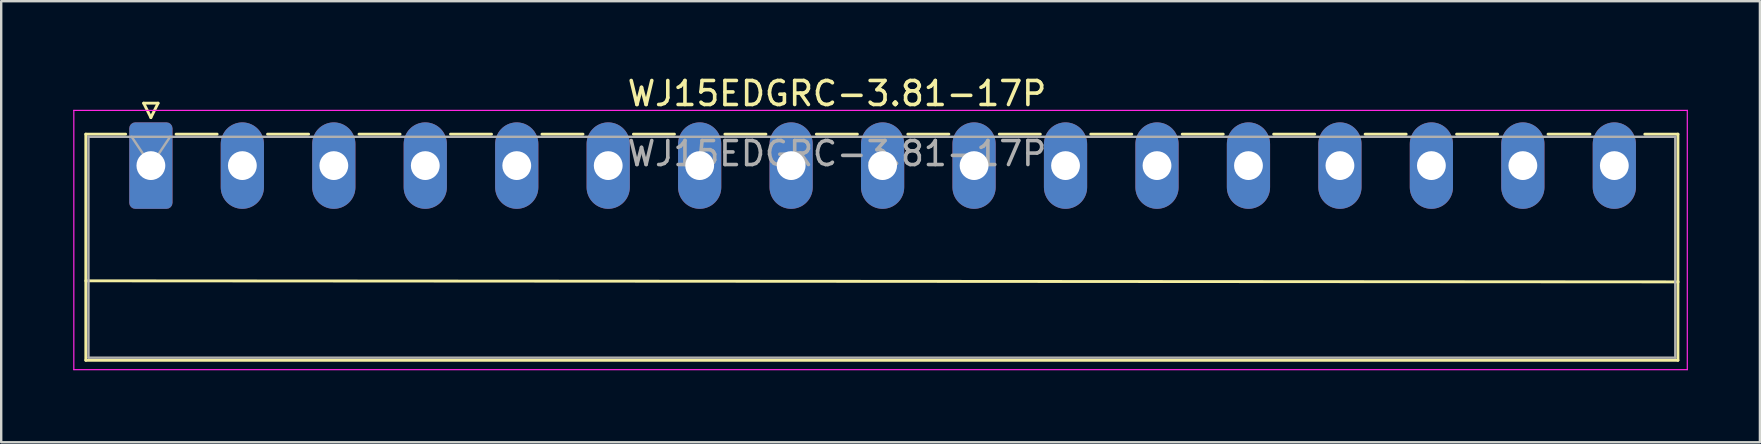
<source format=kicad_pcb>
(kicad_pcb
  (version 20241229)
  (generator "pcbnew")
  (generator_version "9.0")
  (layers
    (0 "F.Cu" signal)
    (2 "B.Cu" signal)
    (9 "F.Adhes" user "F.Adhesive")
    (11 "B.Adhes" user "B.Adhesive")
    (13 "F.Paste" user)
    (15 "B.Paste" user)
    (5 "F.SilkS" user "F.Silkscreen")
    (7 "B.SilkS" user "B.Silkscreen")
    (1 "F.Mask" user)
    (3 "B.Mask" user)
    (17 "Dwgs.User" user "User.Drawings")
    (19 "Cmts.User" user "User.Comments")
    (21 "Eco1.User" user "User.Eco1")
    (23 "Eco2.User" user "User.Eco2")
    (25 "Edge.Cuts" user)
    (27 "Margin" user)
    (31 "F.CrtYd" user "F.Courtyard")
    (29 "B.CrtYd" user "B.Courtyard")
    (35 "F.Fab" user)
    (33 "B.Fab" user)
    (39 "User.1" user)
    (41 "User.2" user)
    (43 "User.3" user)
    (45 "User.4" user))
  (footprint "WJ15EDGRC-3.81-17P"
    (layer "F.Cu")
    (at 3.235 3.848)
    (property "Reference" "WJ15EDGRC-3.81-17P" (at 28.58 -3 0) (layer "F.SilkS") (effects (font (size 1 1) (thickness 0.15))))
    (attr through_hole)
    (fp_line (start -2.71 -1.31) (end -2.71 8.11) (stroke (width 0.12) (type solid)) (layer "F.SilkS"))
    (fp_line (start -2.71 -1.31) (end -1.05 -1.31) (stroke (width 0.12) (type solid)) (layer "F.SilkS"))
    (fp_line (start -2.71 4.8) (end 63.618 4.844) (stroke (width 0.12) (type solid)) (layer "F.SilkS"))
    (fp_line (start -2.71 8.11) (end 63.61 8.11) (stroke (width 0.12) (type solid)) (layer "F.SilkS"))
    (fp_line (start -0.3 -2.6) (end 0.3 -2.6) (stroke (width 0.12) (type solid)) (layer "F.SilkS"))
    (fp_line (start 0 -2) (end -0.3 -2.6) (stroke (width 0.12) (type solid)) (layer "F.SilkS"))
    (fp_line (start 0.3 -2.6) (end 0 -2) (stroke (width 0.12) (type solid)) (layer "F.SilkS"))
    (fp_line (start 1.05 -1.31) (end 2.76 -1.31) (stroke (width 0.12) (type solid)) (layer "F.SilkS"))
    (fp_line (start 4.86 -1.31) (end 6.57 -1.31) (stroke (width 0.12) (type solid)) (layer "F.SilkS"))
    (fp_line (start 8.67 -1.31) (end 10.38 -1.31) (stroke (width 0.12) (type solid)) (layer "F.SilkS"))
    (fp_line (start 12.48 -1.31) (end 14.19 -1.31) (stroke (width 0.12) (type solid)) (layer "F.SilkS"))
    (fp_line (start 16.29 -1.31) (end 18 -1.31) (stroke (width 0.12) (type solid)) (layer "F.SilkS"))
    (fp_line (start 20.1 -1.31) (end 21.81 -1.31) (stroke (width 0.12) (type solid)) (layer "F.SilkS"))
    (fp_line (start 23.91 -1.31) (end 25.62 -1.31) (stroke (width 0.12) (type solid)) (layer "F.SilkS"))
    (fp_line (start 27.72 -1.31) (end 29.43 -1.31) (stroke (width 0.12) (type solid)) (layer "F.SilkS"))
    (fp_line (start 31.53 -1.31) (end 33.24 -1.31) (stroke (width 0.12) (type solid)) (layer "F.SilkS"))
    (fp_line (start 35.34 -1.31) (end 37.05 -1.31) (stroke (width 0.12) (type solid)) (layer "F.SilkS"))
    (fp_line (start 39.15 -1.31) (end 40.86 -1.31) (stroke (width 0.12) (type solid)) (layer "F.SilkS"))
    (fp_line (start 42.96 -1.31) (end 44.67 -1.31) (stroke (width 0.12) (type solid)) (layer "F.SilkS"))
    (fp_line (start 46.77 -1.31) (end 48.48 -1.31) (stroke (width 0.12) (type solid)) (layer "F.SilkS"))
    (fp_line (start 50.58 -1.31) (end 52.29 -1.31) (stroke (width 0.12) (type solid)) (layer "F.SilkS"))
    (fp_line (start 54.39 -1.31) (end 56.1 -1.31) (stroke (width 0.12) (type solid)) (layer "F.SilkS"))
    (fp_line (start 59.944 -1.31) (end 58.2 -1.31) (stroke (width 0.12) (type solid)) (layer "F.SilkS"))
    (fp_line (start 63.61 -1.31) (end 62.23 -1.31) (stroke (width 0.12) (type solid)) (layer "F.SilkS"))
    (fp_line (start 63.61 8.11) (end 63.61 -1.31) (stroke (width 0.12) (type solid)) (layer "F.SilkS"))
    (fp_line (start -3.21 -2.3) (end -3.21 8.5) (stroke (width 0.05) (type solid)) (layer "F.CrtYd"))
    (fp_line (start -3.21 8.5) (end 64 8.5) (stroke (width 0.05) (type solid)) (layer "F.CrtYd"))
    (fp_line (start 64 -2.3) (end -3.21 -2.3) (stroke (width 0.05) (type solid)) (layer "F.CrtYd"))
    (fp_line (start 64 8.5) (end 64 -2.3) (stroke (width 0.05) (type solid)) (layer "F.CrtYd"))
    (fp_line (start -2.6 -1.2) (end -2.6 8) (stroke (width 0.1) (type solid)) (layer "F.Fab"))
    (fp_line (start -2.6 8) (end 63.5 8) (stroke (width 0.1) (type solid)) (layer "F.Fab"))
    (fp_line (start 0 0) (end -0.8 -1.2) (stroke (width 0.1) (type solid)) (layer "F.Fab"))
    (fp_line (start 0.8 -1.2) (end 0 0) (stroke (width 0.1) (type solid)) (layer "F.Fab"))
    (fp_line (start 63.5 -1.2) (end -2.6 -1.2) (stroke (width 0.1) (type solid)) (layer "F.Fab"))
    (fp_line (start 63.5 8) (end 63.5 -1.2) (stroke (width 0.1) (type solid)) (layer "F.Fab"))
    (fp_text user "${REFERENCE}" (at 28.58 -0.5 0) (layer "F.Fab") (effects (font (size 1 1) (thickness 0.15))))
    (pad "1" thru_hole roundrect (at 0 0) (size 1.8 3.6) (drill 1.2) (layers "*.Cu" "*.Mask") (roundrect_rratio 0.139))
    (pad "2" thru_hole oval (at 3.81 0) (size 1.8 3.6) (drill 1.2) (layers "*.Cu" "*.Mask"))
    (pad "3" thru_hole oval (at 7.62 0) (size 1.8 3.6) (drill 1.2) (layers "*.Cu" "*.Mask"))
    (pad "4" thru_hole oval (at 11.43 0) (size 1.8 3.6) (drill 1.2) (layers "*.Cu" "*.Mask"))
    (pad "5" thru_hole oval (at 15.24 0) (size 1.8 3.6) (drill 1.2) (layers "*.Cu" "*.Mask"))
    (pad "6" thru_hole oval (at 19.05 0) (size 1.8 3.6) (drill 1.2) (layers "*.Cu" "*.Mask"))
    (pad "7" thru_hole oval (at 22.86 0) (size 1.8 3.6) (drill 1.2) (layers "*.Cu" "*.Mask"))
    (pad "8" thru_hole oval (at 26.67 0) (size 1.8 3.6) (drill 1.2) (layers "*.Cu" "*.Mask"))
    (pad "9" thru_hole oval (at 30.48 0) (size 1.8 3.6) (drill 1.2) (layers "*.Cu" "*.Mask"))
    (pad "10" thru_hole oval (at 34.29 0) (size 1.8 3.6) (drill 1.2) (layers "*.Cu" "*.Mask"))
    (pad "11" thru_hole oval (at 38.1 0) (size 1.8 3.6) (drill 1.2) (layers "*.Cu" "*.Mask"))
    (pad "12" thru_hole oval (at 41.91 0) (size 1.8 3.6) (drill 1.2) (layers "*.Cu" "*.Mask"))
    (pad "13" thru_hole oval (at 45.72 0) (size 1.8 3.6) (drill 1.2) (layers "*.Cu" "*.Mask"))
    (pad "14" thru_hole oval (at 49.53 0) (size 1.8 3.6) (drill 1.2) (layers "*.Cu" "*.Mask"))
    (pad "15" thru_hole oval (at 53.34 0) (size 1.8 3.6) (drill 1.2) (layers "*.Cu" "*.Mask"))
    (pad "16" thru_hole oval (at 57.15 0) (size 1.8 3.6) (drill 1.2) (layers "*.Cu" "*.Mask"))
    (pad "17" thru_hole oval (at 60.96 0) (size 1.8 3.6) (drill 1.2) (layers "*.Cu" "*.Mask")))
  (gr_rect
    (start -3 -3)
    (end 70.26 15.373)
    (stroke (width 0.1) (type default))
    (fill no)
    (layer "Edge.Cuts")))
</source>
